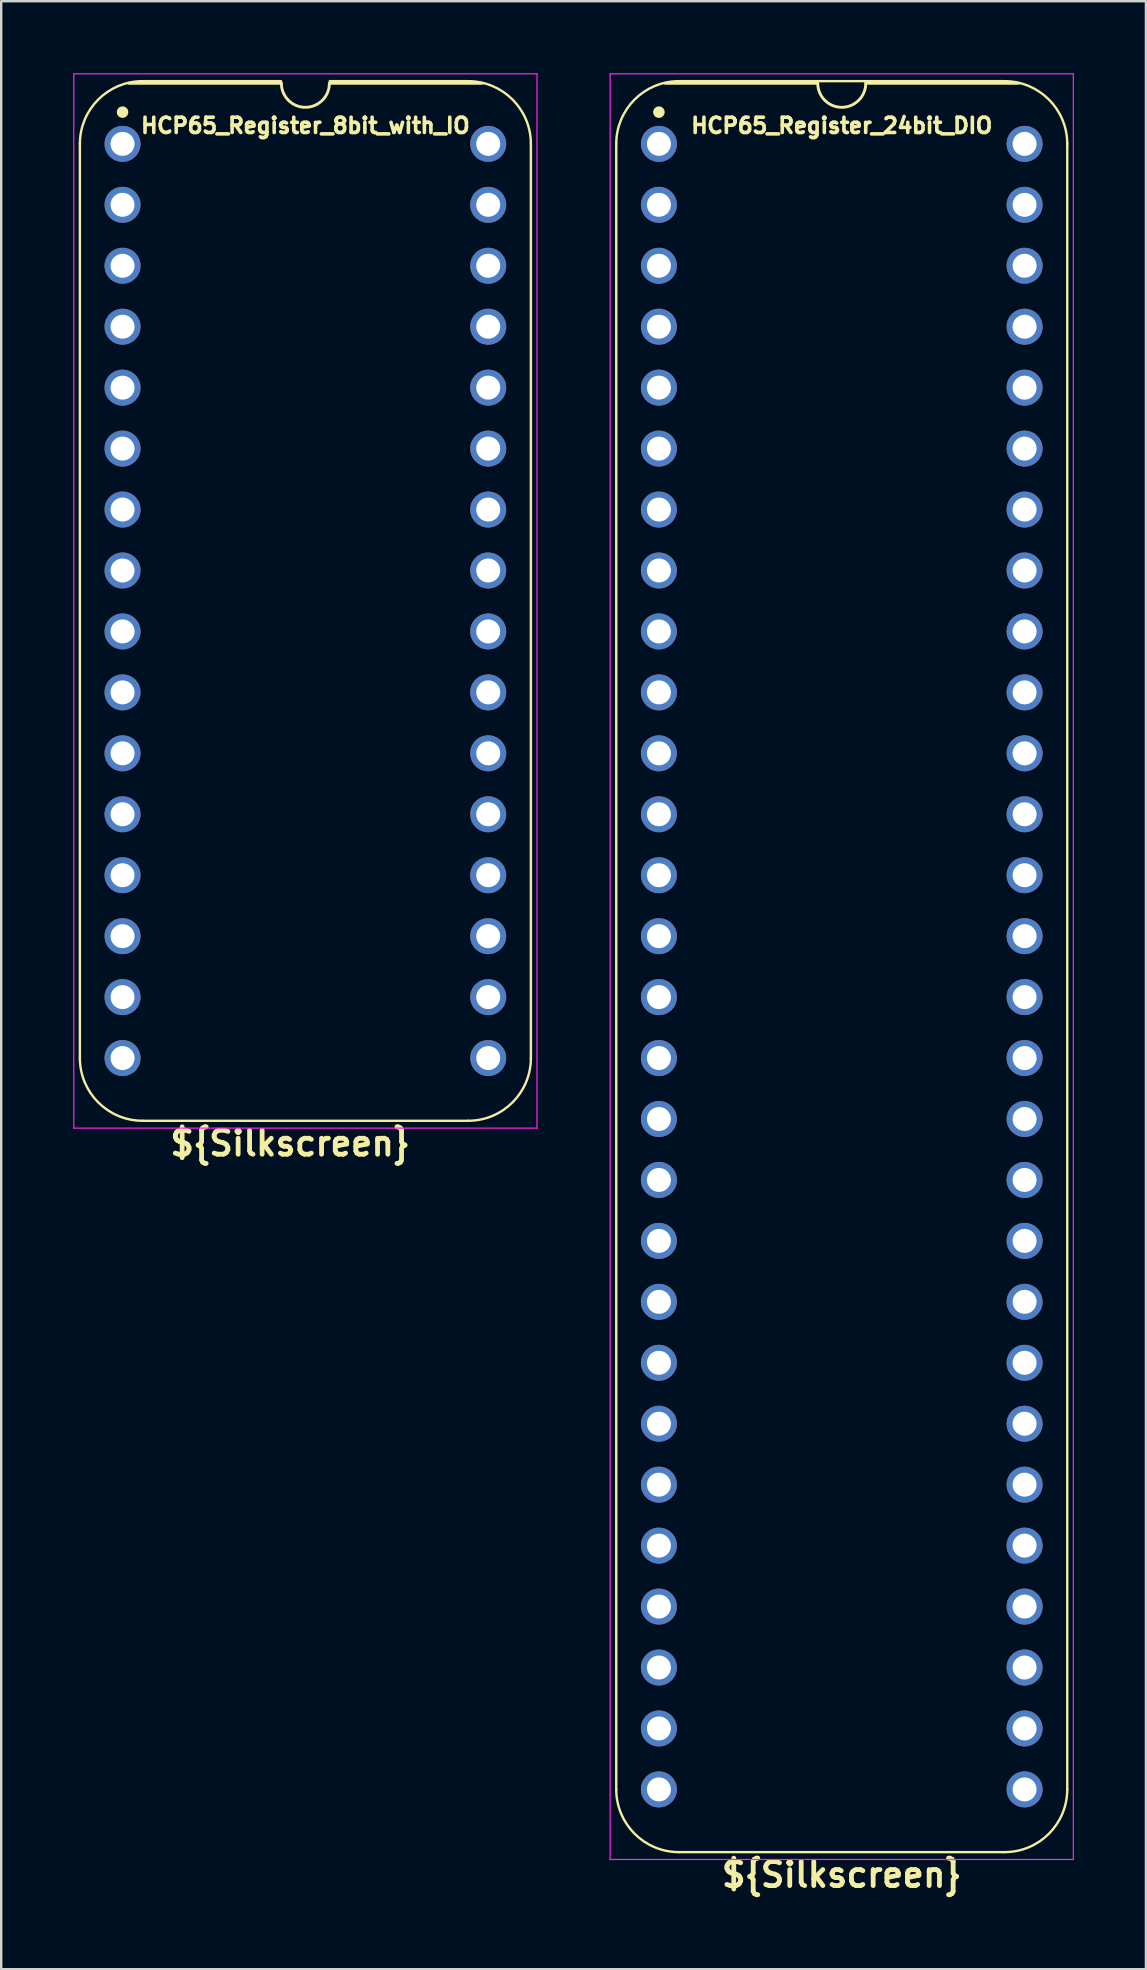
<source format=kicad_pcb>
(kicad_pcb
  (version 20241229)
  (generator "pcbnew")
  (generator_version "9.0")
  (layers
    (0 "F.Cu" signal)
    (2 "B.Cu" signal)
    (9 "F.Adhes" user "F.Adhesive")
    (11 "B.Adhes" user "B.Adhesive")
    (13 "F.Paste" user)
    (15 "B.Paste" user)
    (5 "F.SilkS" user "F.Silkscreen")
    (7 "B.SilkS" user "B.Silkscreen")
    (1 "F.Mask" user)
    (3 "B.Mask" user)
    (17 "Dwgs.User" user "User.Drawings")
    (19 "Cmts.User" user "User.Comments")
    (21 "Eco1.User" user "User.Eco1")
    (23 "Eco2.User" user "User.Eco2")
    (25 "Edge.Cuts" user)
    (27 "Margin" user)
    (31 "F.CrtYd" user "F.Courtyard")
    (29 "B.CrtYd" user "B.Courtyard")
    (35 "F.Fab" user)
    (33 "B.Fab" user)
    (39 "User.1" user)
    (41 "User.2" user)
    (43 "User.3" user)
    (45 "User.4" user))
  (footprint "HCP65_Register_8bit_with_IO"
    (layer "F.Cu")
    (at 2.057 2.946)
    (property "Reference" "HCP65_Register_8bit_with_IO" (at 7.62 -0.762 0) (layer "F.SilkS") (effects (font (size 0.635 0.635) (thickness 0.15))))
    (property "Silkscreen" "${Silkscreen}" (at 6.985 41.656 0) (layer "F.SilkS") (effects (font (size 1 1) (thickness 0.2))))
    (attr through_hole)
    (fp_line (start -1.778 38.1) (end -1.778 0) (stroke (width 0.1) (type solid)) (layer "F.SilkS"))
    (fp_line (start 0.836 -2.614) (end 6.604 -2.614) (stroke (width 0.1) (type solid)) (layer "F.SilkS"))
    (fp_line (start 6.62 -2.524) (end 0.254 -2.524) (stroke (width 0.12) (type solid)) (layer "F.SilkS"))
    (fp_line (start 8.636 -2.614) (end 14.404 -2.614) (stroke (width 0.1) (type solid)) (layer "F.SilkS"))
    (fp_line (start 14.404 40.714) (end 0.836 40.714) (stroke (width 0.1) (type solid)) (layer "F.SilkS"))
    (fp_line (start 14.986 -2.524) (end 8.62 -2.524) (stroke (width 0.12) (type solid)) (layer "F.SilkS"))
    (fp_line (start 17.018 38.1) (end 17.018 -0.000001) (stroke (width 0.1) (type solid)) (layer "F.SilkS"))
    (fp_arc (start -1.778 0) (mid -1.012456 -1.848188) (end 0.835732 -2.613732) (stroke (width 0.1) (type solid)) (layer "F.SilkS"))
    (fp_arc (start 0.835733 40.713733) (mid -1.012456 39.948189) (end -1.778 38.1) (stroke (width 0.1) (type solid)) (layer "F.SilkS"))
    (fp_arc (start 8.62 -2.524) (mid 7.62 -1.524) (end 6.62 -2.524) (stroke (width 0.12) (type solid)) (layer "F.SilkS"))
    (fp_arc (start 14.404267 -2.613733) (mid 16.252455 -1.848189) (end 17.017999 -0.000001) (stroke (width 0.1) (type solid)) (layer "F.SilkS"))
    (fp_arc (start 17.018 38.1) (mid 16.252455 39.948187) (end 14.404268 40.713732) (stroke (width 0.1) (type solid)) (layer "F.SilkS"))
    (fp_circle (center 0 -1.323) (end 0.18 -1.323) (stroke (width 0.12) (type solid)) (fill yes) (layer "F.SilkS"))
    (fp_line (start -2.032 -2.921) (end -2.032 41.021) (stroke (width 0.05) (type solid)) (layer "F.CrtYd"))
    (fp_line (start -2.032 -2.921) (end 17.272 -2.921) (stroke (width 0.05) (type solid)) (layer "F.CrtYd"))
    (fp_line (start -2.032 41.021) (end 17.272 41.021) (stroke (width 0.05) (type solid)) (layer "F.CrtYd"))
    (fp_line (start 17.272 -2.921) (end 17.272 41.021) (stroke (width 0.05) (type solid)) (layer "F.CrtYd"))
    (pad "1" thru_hole circle (at 0 0) (size 1.5 1.5) (drill 1) (layers "*.Cu" "*.Mask"))
    (pad "2" thru_hole circle (at 0 2.54) (size 1.5 1.5) (drill 1) (layers "*.Cu" "*.Mask"))
    (pad "3" thru_hole circle (at 0 5.08) (size 1.5 1.5) (drill 1) (layers "*.Cu" "*.Mask"))
    (pad "4" thru_hole circle (at 0 7.62) (size 1.5 1.5) (drill 1) (layers "*.Cu" "*.Mask"))
    (pad "5" thru_hole circle (at 0 10.16) (size 1.5 1.5) (drill 1) (layers "*.Cu" "*.Mask"))
    (pad "6" thru_hole circle (at 0 12.7) (size 1.5 1.5) (drill 1) (layers "*.Cu" "*.Mask"))
    (pad "7" thru_hole circle (at 0 15.24) (size 1.5 1.5) (drill 1) (layers "*.Cu" "*.Mask"))
    (pad "8" thru_hole circle (at 0 17.78) (size 1.5 1.5) (drill 1) (layers "*.Cu" "*.Mask"))
    (pad "9" thru_hole circle (at 0 20.32) (size 1.5 1.5) (drill 1) (layers "*.Cu" "*.Mask"))
    (pad "10" thru_hole circle (at 0 22.86) (size 1.5 1.5) (drill 1) (layers "*.Cu" "*.Mask"))
    (pad "11" thru_hole circle (at 0 25.4) (size 1.5 1.5) (drill 1) (layers "*.Cu" "*.Mask"))
    (pad "12" thru_hole circle (at 0 27.94) (size 1.5 1.5) (drill 1) (layers "*.Cu" "*.Mask"))
    (pad "13" thru_hole circle (at 0 30.48) (size 1.5 1.5) (drill 1) (layers "*.Cu" "*.Mask"))
    (pad "14" thru_hole circle (at 0 33.02) (size 1.5 1.5) (drill 1) (layers "*.Cu" "*.Mask"))
    (pad "15" thru_hole circle (at 0 35.56) (size 1.5 1.5) (drill 1) (layers "*.Cu" "*.Mask"))
    (pad "16" thru_hole circle (at 0 38.1) (size 1.5 1.5) (drill 1) (layers "*.Cu" "*.Mask"))
    (pad "17" thru_hole circle (at 15.24 38.1) (size 1.5 1.5) (drill 1) (layers "*.Cu" "*.Mask"))
    (pad "18" thru_hole circle (at 15.24 35.56) (size 1.5 1.5) (drill 1) (layers "*.Cu" "*.Mask"))
    (pad "19" thru_hole circle (at 15.24 33.02) (size 1.5 1.5) (drill 1) (layers "*.Cu" "*.Mask"))
    (pad "20" thru_hole circle (at 15.24 30.48) (size 1.5 1.5) (drill 1) (layers "*.Cu" "*.Mask"))
    (pad "21" thru_hole circle (at 15.24 27.94) (size 1.5 1.5) (drill 1) (layers "*.Cu" "*.Mask"))
    (pad "22" thru_hole circle (at 15.24 25.4) (size 1.5 1.5) (drill 1) (layers "*.Cu" "*.Mask"))
    (pad "23" thru_hole circle (at 15.24 22.86) (size 1.5 1.5) (drill 1) (layers "*.Cu" "*.Mask"))
    (pad "24" thru_hole circle (at 15.24 20.32) (size 1.5 1.5) (drill 1) (layers "*.Cu" "*.Mask"))
    (pad "25" thru_hole circle (at 15.24 17.78) (size 1.5 1.5) (drill 1) (layers "*.Cu" "*.Mask"))
    (pad "26" thru_hole circle (at 15.24 15.24) (size 1.5 1.5) (drill 1) (layers "*.Cu" "*.Mask"))
    (pad "27" thru_hole circle (at 15.24 12.7) (size 1.5 1.5) (drill 1) (layers "*.Cu" "*.Mask"))
    (pad "28" thru_hole circle (at 15.24 10.16) (size 1.5 1.5) (drill 1) (layers "*.Cu" "*.Mask"))
    (pad "29" thru_hole circle (at 15.24 7.62) (size 1.5 1.5) (drill 1) (layers "*.Cu" "*.Mask"))
    (pad "30" thru_hole circle (at 15.24 5.08) (size 1.5 1.5) (drill 1) (layers "*.Cu" "*.Mask"))
    (pad "31" thru_hole circle (at 15.24 2.54) (size 1.5 1.5) (drill 1) (layers "*.Cu" "*.Mask"))
    (pad "32" thru_hole circle (at 15.24 0) (size 1.5 1.5) (drill 1) (layers "*.Cu" "*.Mask")))
  (footprint "HCP65_Register_24bit_DIO"
    (layer "F.Cu")
    (at 24.411 2.946)
    (property "Reference" "HCP65_Register_24bit_DIO" (at 7.62 -0.762 0) (layer "F.SilkS") (effects (font (size 0.635 0.635) (thickness 0.15))))
    (property "Silkscreen" "${Silkscreen}" (at 7.62 72.136 0) (layer "F.SilkS") (effects (font (size 1 1) (thickness 0.2))))
    (attr through_hole)
    (fp_line (start -1.778 68.58) (end -1.778 0) (stroke (width 0.1) (type solid)) (layer "F.SilkS"))
    (fp_line (start 0.836 -2.614) (end 14.404 -2.614) (stroke (width 0.1) (type solid)) (layer "F.SilkS"))
    (fp_line (start 6.62 -2.524) (end 0.254 -2.524) (stroke (width 0.12) (type solid)) (layer "F.SilkS"))
    (fp_line (start 14.404 71.194) (end 0.836 71.194) (stroke (width 0.1) (type solid)) (layer "F.SilkS"))
    (fp_line (start 14.986 -2.524) (end 8.62 -2.524) (stroke (width 0.12) (type solid)) (layer "F.SilkS"))
    (fp_line (start 17.018 68.58) (end 17.018 0) (stroke (width 0.1) (type solid)) (layer "F.SilkS"))
    (fp_arc (start -1.778 0) (mid -1.012456 -1.848188) (end 0.835732 -2.613732) (stroke (width 0.1) (type solid)) (layer "F.SilkS"))
    (fp_arc (start 0.835733 71.193733) (mid -1.012456 70.428189) (end -1.778 68.58) (stroke (width 0.1) (type solid)) (layer "F.SilkS"))
    (fp_arc (start 8.62 -2.524) (mid 7.62 -1.524) (end 6.62 -2.524) (stroke (width 0.12) (type solid)) (layer "F.SilkS"))
    (fp_arc (start 14.404268 -2.613732) (mid 16.252456 -1.848188) (end 17.018 0) (stroke (width 0.1) (type solid)) (layer "F.SilkS"))
    (fp_arc (start 17.018001 68.580001) (mid 16.252456 70.428188) (end 14.404269 71.193733) (stroke (width 0.1) (type solid)) (layer "F.SilkS"))
    (fp_circle (center 0 -1.323) (end 0.18 -1.323) (stroke (width 0.12) (type solid)) (fill yes) (layer "F.SilkS"))
    (fp_line (start -2.032 -2.921) (end -2.032 71.501) (stroke (width 0.05) (type solid)) (layer "F.CrtYd"))
    (fp_line (start -2.032 -2.921) (end 17.272 -2.921) (stroke (width 0.05) (type solid)) (layer "F.CrtYd"))
    (fp_line (start -2.032 71.501) (end 17.272 71.501) (stroke (width 0.05) (type solid)) (layer "F.CrtYd"))
    (fp_line (start 17.272 -2.921) (end 17.272 71.501) (stroke (width 0.05) (type solid)) (layer "F.CrtYd"))
    (pad "1" thru_hole circle (at 0 0) (size 1.5 1.5) (drill 1) (layers "*.Cu" "*.Mask"))
    (pad "2" thru_hole circle (at 0 2.54) (size 1.5 1.5) (drill 1) (layers "*.Cu" "*.Mask"))
    (pad "3" thru_hole circle (at 0 5.08) (size 1.5 1.5) (drill 1) (layers "*.Cu" "*.Mask"))
    (pad "4" thru_hole circle (at 0 7.62) (size 1.5 1.5) (drill 1) (layers "*.Cu" "*.Mask"))
    (pad "5" thru_hole circle (at 0 10.16) (size 1.5 1.5) (drill 1) (layers "*.Cu" "*.Mask"))
    (pad "6" thru_hole circle (at 0 12.7) (size 1.5 1.5) (drill 1) (layers "*.Cu" "*.Mask"))
    (pad "7" thru_hole circle (at 0 15.24) (size 1.5 1.5) (drill 1) (layers "*.Cu" "*.Mask"))
    (pad "8" thru_hole circle (at 0 17.78) (size 1.5 1.5) (drill 1) (layers "*.Cu" "*.Mask"))
    (pad "9" thru_hole circle (at 0 20.32) (size 1.5 1.5) (drill 1) (layers "*.Cu" "*.Mask"))
    (pad "10" thru_hole circle (at 0 22.86) (size 1.5 1.5) (drill 1) (layers "*.Cu" "*.Mask"))
    (pad "11" thru_hole circle (at 0 25.4) (size 1.5 1.5) (drill 1) (layers "*.Cu" "*.Mask"))
    (pad "12" thru_hole circle (at 0 27.94) (size 1.5 1.5) (drill 1) (layers "*.Cu" "*.Mask"))
    (pad "13" thru_hole circle (at 0 30.48) (size 1.5 1.5) (drill 1) (layers "*.Cu" "*.Mask"))
    (pad "14" thru_hole circle (at 0 33.02) (size 1.5 1.5) (drill 1) (layers "*.Cu" "*.Mask"))
    (pad "15" thru_hole circle (at 0 35.56) (size 1.5 1.5) (drill 1) (layers "*.Cu" "*.Mask"))
    (pad "16" thru_hole circle (at 0 38.1) (size 1.5 1.5) (drill 1) (layers "*.Cu" "*.Mask"))
    (pad "17" thru_hole circle (at 0 40.64) (size 1.5 1.5) (drill 1) (layers "*.Cu" "*.Mask"))
    (pad "18" thru_hole circle (at 0 43.18) (size 1.5 1.5) (drill 1) (layers "*.Cu" "*.Mask"))
    (pad "19" thru_hole circle (at 0 45.72) (size 1.5 1.5) (drill 1) (layers "*.Cu" "*.Mask"))
    (pad "20" thru_hole circle (at 0 48.26) (size 1.5 1.5) (drill 1) (layers "*.Cu" "*.Mask"))
    (pad "21" thru_hole circle (at 0 50.8) (size 1.5 1.5) (drill 1) (layers "*.Cu" "*.Mask"))
    (pad "22" thru_hole circle (at 0 53.34) (size 1.5 1.5) (drill 1) (layers "*.Cu" "*.Mask"))
    (pad "23" thru_hole circle (at 0 55.88) (size 1.5 1.5) (drill 1) (layers "*.Cu" "*.Mask"))
    (pad "24" thru_hole circle (at 0 58.42) (size 1.5 1.5) (drill 1) (layers "*.Cu" "*.Mask"))
    (pad "25" thru_hole circle (at 0 60.96) (size 1.5 1.5) (drill 1) (layers "*.Cu" "*.Mask"))
    (pad "26" thru_hole circle (at 0 63.5) (size 1.5 1.5) (drill 1) (layers "*.Cu" "*.Mask"))
    (pad "27" thru_hole circle (at 0 66.04) (size 1.5 1.5) (drill 1) (layers "*.Cu" "*.Mask"))
    (pad "28" thru_hole circle (at 0 68.58) (size 1.5 1.5) (drill 1) (layers "*.Cu" "*.Mask"))
    (pad "29" thru_hole circle (at 15.24 68.58) (size 1.5 1.5) (drill 1) (layers "*.Cu" "*.Mask"))
    (pad "30" thru_hole circle (at 15.24 66.04) (size 1.5 1.5) (drill 1) (layers "*.Cu" "*.Mask"))
    (pad "31" thru_hole circle (at 15.24 63.5) (size 1.5 1.5) (drill 1) (layers "*.Cu" "*.Mask"))
    (pad "32" thru_hole circle (at 15.24 60.96) (size 1.5 1.5) (drill 1) (layers "*.Cu" "*.Mask"))
    (pad "33" thru_hole circle (at 15.24 58.42) (size 1.5 1.5) (drill 1) (layers "*.Cu" "*.Mask"))
    (pad "34" thru_hole circle (at 15.24 55.88) (size 1.5 1.5) (drill 1) (layers "*.Cu" "*.Mask"))
    (pad "35" thru_hole circle (at 15.24 53.34) (size 1.5 1.5) (drill 1) (layers "*.Cu" "*.Mask"))
    (pad "36" thru_hole circle (at 15.24 50.8) (size 1.5 1.5) (drill 1) (layers "*.Cu" "*.Mask"))
    (pad "37" thru_hole circle (at 15.24 48.26) (size 1.5 1.5) (drill 1) (layers "*.Cu" "*.Mask"))
    (pad "38" thru_hole circle (at 15.24 45.72) (size 1.5 1.5) (drill 1) (layers "*.Cu" "*.Mask"))
    (pad "39" thru_hole circle (at 15.24 43.18) (size 1.5 1.5) (drill 1) (layers "*.Cu" "*.Mask"))
    (pad "40" thru_hole circle (at 15.24 40.64) (size 1.5 1.5) (drill 1) (layers "*.Cu" "*.Mask"))
    (pad "41" thru_hole circle (at 15.24 38.1) (size 1.5 1.5) (drill 1) (layers "*.Cu" "*.Mask"))
    (pad "42" thru_hole circle (at 15.24 35.56) (size 1.5 1.5) (drill 1) (layers "*.Cu" "*.Mask"))
    (pad "43" thru_hole circle (at 15.24 33.02) (size 1.5 1.5) (drill 1) (layers "*.Cu" "*.Mask"))
    (pad "44" thru_hole circle (at 15.24 30.48) (size 1.5 1.5) (drill 1) (layers "*.Cu" "*.Mask"))
    (pad "45" thru_hole circle (at 15.24 27.94) (size 1.5 1.5) (drill 1) (layers "*.Cu" "*.Mask"))
    (pad "46" thru_hole circle (at 15.24 25.4) (size 1.5 1.5) (drill 1) (layers "*.Cu" "*.Mask"))
    (pad "47" thru_hole circle (at 15.24 22.86) (size 1.5 1.5) (drill 1) (layers "*.Cu" "*.Mask"))
    (pad "48" thru_hole circle (at 15.24 20.32) (size 1.5 1.5) (drill 1) (layers "*.Cu" "*.Mask"))
    (pad "49" thru_hole circle (at 15.24 17.78) (size 1.5 1.5) (drill 1) (layers "*.Cu" "*.Mask"))
    (pad "50" thru_hole circle (at 15.24 15.24) (size 1.5 1.5) (drill 1) (layers "*.Cu" "*.Mask"))
    (pad "51" thru_hole circle (at 15.24 12.7) (size 1.5 1.5) (drill 1) (layers "*.Cu" "*.Mask"))
    (pad "52" thru_hole circle (at 15.24 10.16) (size 1.5 1.5) (drill 1) (layers "*.Cu" "*.Mask"))
    (pad "53" thru_hole circle (at 15.24 7.62) (size 1.5 1.5) (drill 1) (layers "*.Cu" "*.Mask"))
    (pad "54" thru_hole circle (at 15.24 5.08) (size 1.5 1.5) (drill 1) (layers "*.Cu" "*.Mask"))
    (pad "55" thru_hole circle (at 15.24 2.54) (size 1.5 1.5) (drill 1) (layers "*.Cu" "*.Mask"))
    (pad "56" thru_hole circle (at 15.24 0) (size 1.5 1.5) (drill 1) (layers "*.Cu" "*.Mask")))
  (gr_rect
    (start -3 -3)
    (end 44.708 79.018)
    (stroke (width 0.1) (type default))
    (fill no)
    (layer "Edge.Cuts")))
</source>
